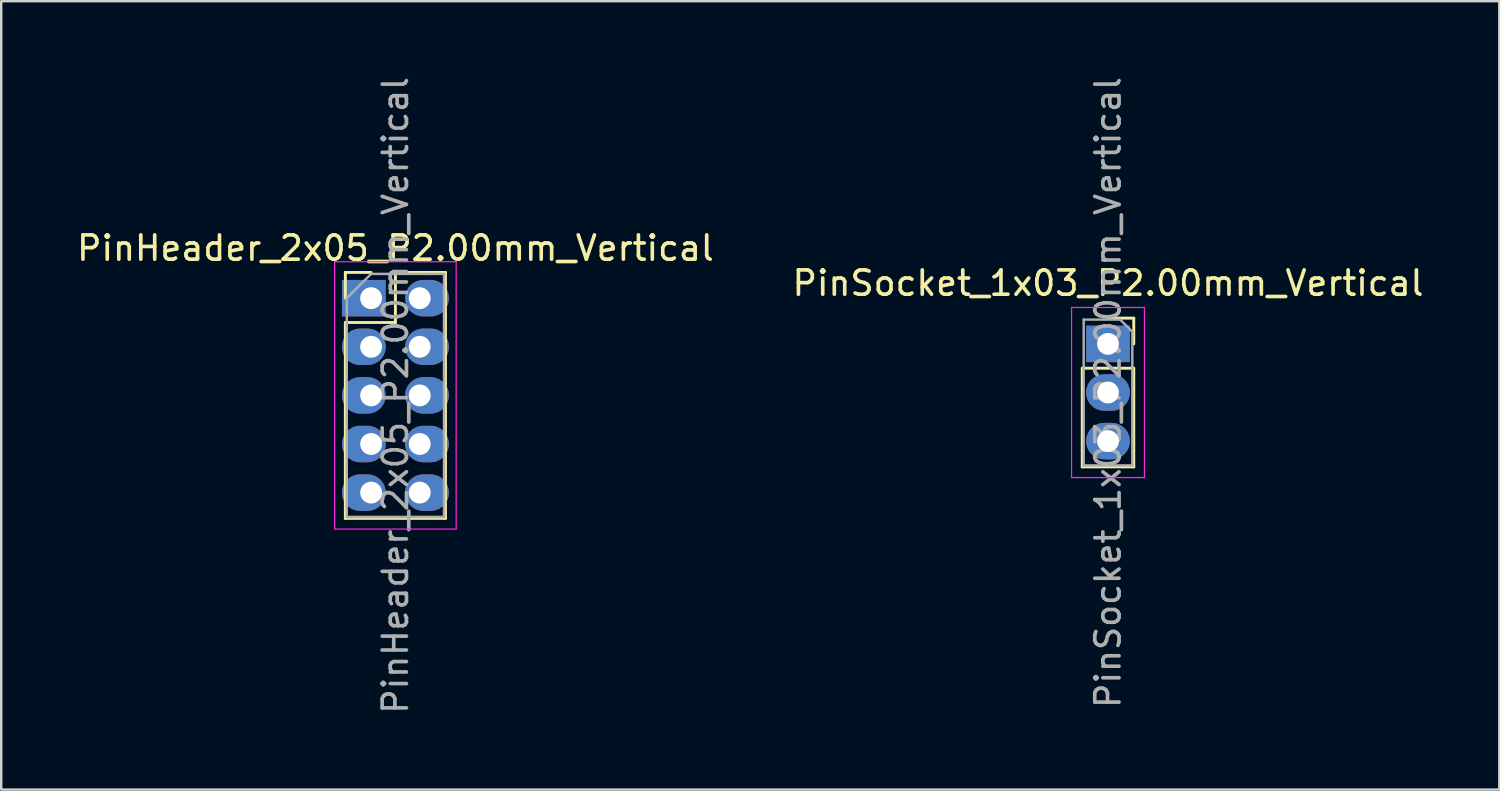
<source format=kicad_pcb>
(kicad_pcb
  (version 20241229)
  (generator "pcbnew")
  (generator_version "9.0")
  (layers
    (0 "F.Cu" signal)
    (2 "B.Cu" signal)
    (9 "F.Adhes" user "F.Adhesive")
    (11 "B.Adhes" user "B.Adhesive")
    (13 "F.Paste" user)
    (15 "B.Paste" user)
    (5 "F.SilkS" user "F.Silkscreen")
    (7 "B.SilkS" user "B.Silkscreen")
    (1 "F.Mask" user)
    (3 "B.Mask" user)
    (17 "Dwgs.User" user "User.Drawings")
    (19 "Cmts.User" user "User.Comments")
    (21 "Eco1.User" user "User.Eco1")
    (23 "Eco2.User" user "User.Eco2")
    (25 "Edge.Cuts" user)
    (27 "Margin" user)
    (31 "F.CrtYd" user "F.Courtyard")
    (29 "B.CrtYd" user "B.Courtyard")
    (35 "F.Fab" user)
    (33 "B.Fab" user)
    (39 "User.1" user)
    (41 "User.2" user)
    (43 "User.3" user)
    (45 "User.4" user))
  (footprint "PinSocket_1x03_P2.00mm_Vertical"
    (layer "F.Cu")
    (at 42.542 11.101)
    (property "Reference" "PinSocket_1x03_P2.00mm_Vertical" (at 0 -2.5 0) (layer "F.SilkS") (effects (font (size 1 1) (thickness 0.15))))
    (attr through_hole)
    (fp_line (start -1.06 1) (end -1.06 5.06) (stroke (width 0.12) (type solid)) (layer "F.SilkS"))
    (fp_line (start -1.06 1) (end 1.06 1) (stroke (width 0.12) (type solid)) (layer "F.SilkS"))
    (fp_line (start -1.06 5.06) (end 1.06 5.06) (stroke (width 0.12) (type solid)) (layer "F.SilkS"))
    (fp_line (start 0 -1.06) (end 1.06 -1.06) (stroke (width 0.12) (type solid)) (layer "F.SilkS"))
    (fp_line (start 1.06 -1.06) (end 1.06 0) (stroke (width 0.12) (type solid)) (layer "F.SilkS"))
    (fp_line (start 1.06 1) (end 1.06 5.06) (stroke (width 0.12) (type solid)) (layer "F.SilkS"))
    (fp_line (start -1.5 -1.5) (end 1.5 -1.5) (stroke (width 0.05) (type solid)) (layer "F.CrtYd"))
    (fp_line (start -1.5 5.5) (end -1.5 -1.5) (stroke (width 0.05) (type solid)) (layer "F.CrtYd"))
    (fp_line (start 1.5 -1.5) (end 1.5 5.5) (stroke (width 0.05) (type solid)) (layer "F.CrtYd"))
    (fp_line (start 1.5 5.5) (end -1.5 5.5) (stroke (width 0.05) (type solid)) (layer "F.CrtYd"))
    (fp_line (start -1 -1) (end 0.5 -1) (stroke (width 0.1) (type solid)) (layer "F.Fab"))
    (fp_line (start -1 5) (end -1 -1) (stroke (width 0.1) (type solid)) (layer "F.Fab"))
    (fp_line (start 0.5 -1) (end 1 -0.5) (stroke (width 0.1) (type solid)) (layer "F.Fab"))
    (fp_line (start 1 -0.5) (end 1 5) (stroke (width 0.1) (type solid)) (layer "F.Fab"))
    (fp_line (start 1 5) (end -1 5) (stroke (width 0.1) (type solid)) (layer "F.Fab"))
    (fp_text user "${REFERENCE}" (at 0 2 270) (layer "F.Fab") (effects (font (size 1 1) (thickness 0.15))))
    (pad "1" thru_hole rect (at 0 0) (size 1.8 1.5) (drill 0.9) (layers "*.Cu" "*.Mask"))
    (pad "2" thru_hole oval (at 0 2) (size 1.8 1.5) (drill 0.9) (layers "*.Cu" "*.Mask"))
    (pad "3" thru_hole oval (at 0 4) (size 1.8 1.5) (drill 0.9) (layers "*.Cu" "*.Mask")))
  (footprint "PinHeader_2x05_P2.00mm_Vertical"
    (layer "F.Cu")
    (at 12.22 9.22)
    (property "Reference" "PinHeader_2x05_P2.00mm_Vertical" (at 1 -2.06 0) (layer "F.SilkS") (effects (font (size 1 1) (thickness 0.15))))
    (attr through_hole)
    (fp_line (start -1.06 -1.06) (end 0 -1.06) (stroke (width 0.12) (type solid)) (layer "F.SilkS"))
    (fp_line (start -1.06 0) (end -1.06 -1.06) (stroke (width 0.12) (type solid)) (layer "F.SilkS"))
    (fp_line (start -1.06 1) (end -1.06 9.06) (stroke (width 0.12) (type solid)) (layer "F.SilkS"))
    (fp_line (start -1.06 1) (end 1 1) (stroke (width 0.12) (type solid)) (layer "F.SilkS"))
    (fp_line (start -1.06 9.06) (end 3.06 9.06) (stroke (width 0.12) (type solid)) (layer "F.SilkS"))
    (fp_line (start 1 -1.06) (end 3.06 -1.06) (stroke (width 0.12) (type solid)) (layer "F.SilkS"))
    (fp_line (start 1 1) (end 1 -1.06) (stroke (width 0.12) (type solid)) (layer "F.SilkS"))
    (fp_line (start 3.06 -1.06) (end 3.06 9.06) (stroke (width 0.12) (type solid)) (layer "F.SilkS"))
    (fp_line (start -1.5 -1.5) (end -1.5 9.5) (stroke (width 0.05) (type solid)) (layer "F.CrtYd"))
    (fp_line (start -1.5 9.5) (end 3.5 9.5) (stroke (width 0.05) (type solid)) (layer "F.CrtYd"))
    (fp_line (start 3.5 -1.5) (end -1.5 -1.5) (stroke (width 0.05) (type solid)) (layer "F.CrtYd"))
    (fp_line (start 3.5 9.5) (end 3.5 -1.5) (stroke (width 0.05) (type solid)) (layer "F.CrtYd"))
    (fp_line (start -1 0) (end 0 -1) (stroke (width 0.1) (type solid)) (layer "F.Fab"))
    (fp_line (start -1 9) (end -1 0) (stroke (width 0.1) (type solid)) (layer "F.Fab"))
    (fp_line (start 0 -1) (end 3 -1) (stroke (width 0.1) (type solid)) (layer "F.Fab"))
    (fp_line (start 3 -1) (end 3 9) (stroke (width 0.1) (type solid)) (layer "F.Fab"))
    (fp_line (start 3 9) (end -1 9) (stroke (width 0.1) (type solid)) (layer "F.Fab"))
    (fp_text user "${REFERENCE}" (at 1 4 90) (layer "F.Fab") (effects (font (size 1 1) (thickness 0.15))))
    (pad "1" thru_hole rect (at 0 0) (size 1.8 1.5) (drill 0.9 (offset -0.3 0)) (layers "*.Cu" "*.Mask"))
    (pad "2" thru_hole oval (at 2 0) (size 1.8 1.5) (drill 0.9 (offset 0.3 0)) (layers "*.Cu" "*.Mask"))
    (pad "3" thru_hole oval (at 0 2) (size 1.8 1.5) (drill 0.9 (offset -0.3 0)) (layers "*.Cu" "*.Mask"))
    (pad "4" thru_hole oval (at 2 2) (size 1.8 1.5) (drill 0.9 (offset 0.3 0)) (layers "*.Cu" "*.Mask"))
    (pad "5" thru_hole oval (at 0 4) (size 1.8 1.5) (drill 0.9 (offset -0.3 0)) (layers "*.Cu" "*.Mask"))
    (pad "6" thru_hole oval (at 2 4) (size 1.8 1.5) (drill 0.9 (offset 0.3 0)) (layers "*.Cu" "*.Mask"))
    (pad "7" thru_hole oval (at 0 6) (size 1.8 1.5) (drill 0.9 (offset -0.3 0)) (layers "*.Cu" "*.Mask"))
    (pad "8" thru_hole oval (at 2 6) (size 1.8 1.5) (drill 0.9 (offset 0.3 0)) (layers "*.Cu" "*.Mask"))
    (pad "9" thru_hole oval (at 0 8) (size 1.8 1.5) (drill 0.9 (offset -0.3 0)) (layers "*.Cu" "*.Mask"))
    (pad "10" thru_hole oval (at 2 8) (size 1.8 1.5) (drill 0.9 (offset 0.3 0)) (layers "*.Cu" "*.Mask")))
  (gr_rect
    (start -3 -3)
    (end 58.643 29.44)
    (stroke (width 0.1) (type default))
    (fill no)
    (layer "Edge.Cuts")))
</source>
